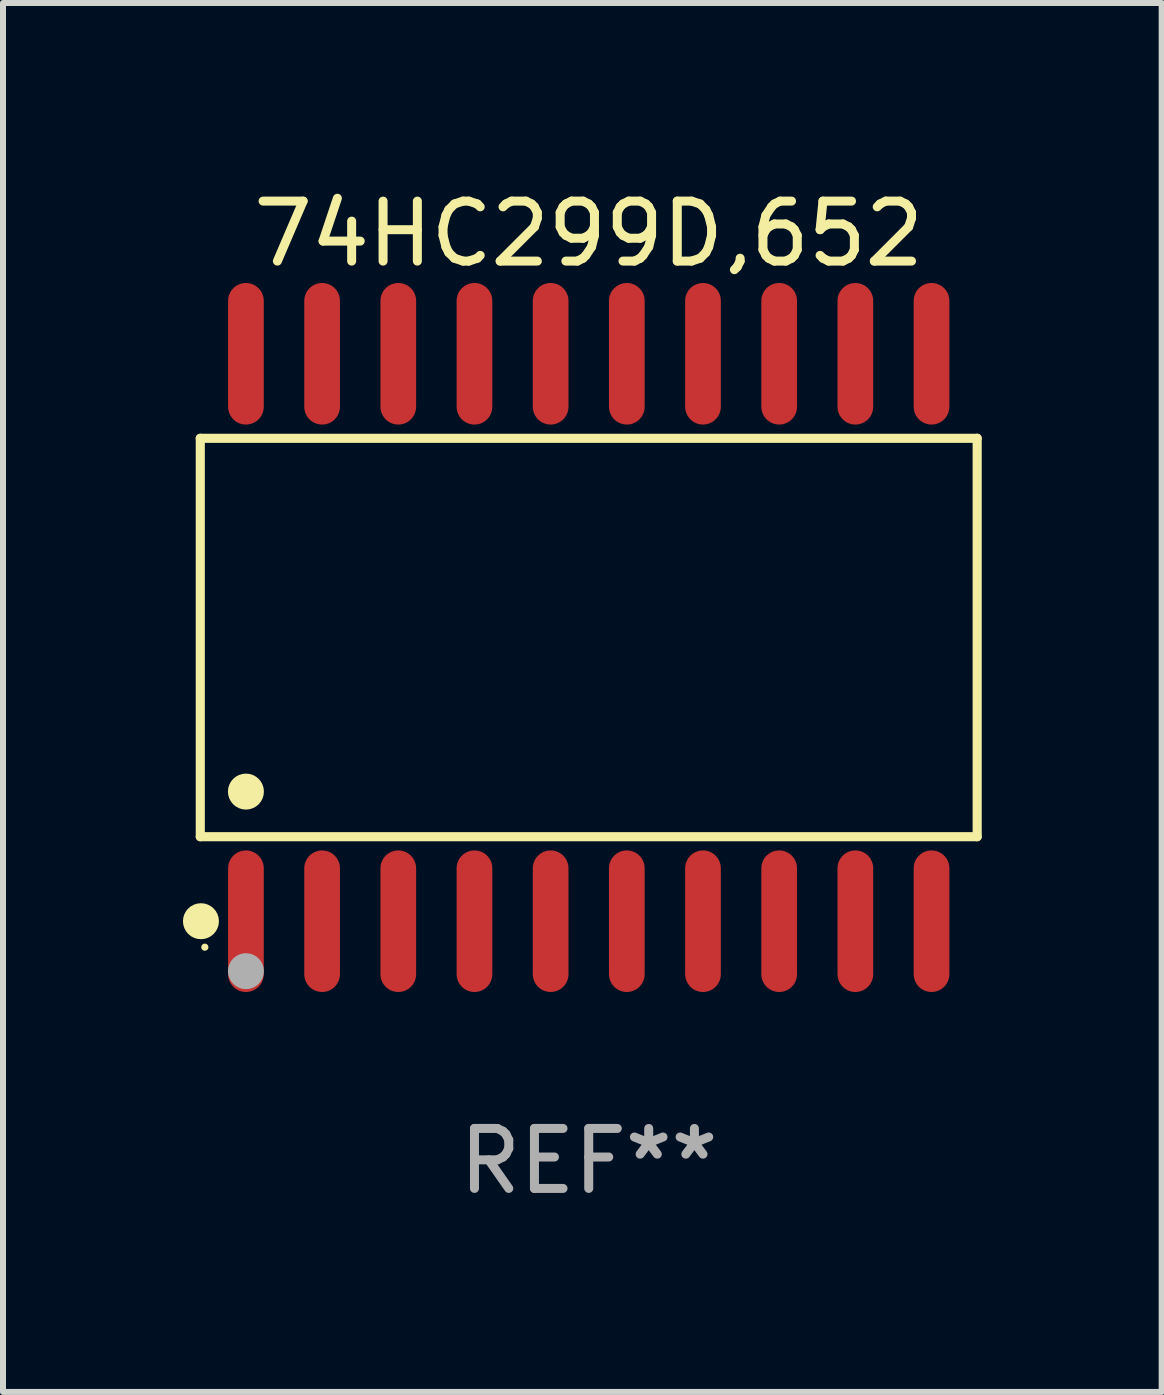
<source format=kicad_pcb>
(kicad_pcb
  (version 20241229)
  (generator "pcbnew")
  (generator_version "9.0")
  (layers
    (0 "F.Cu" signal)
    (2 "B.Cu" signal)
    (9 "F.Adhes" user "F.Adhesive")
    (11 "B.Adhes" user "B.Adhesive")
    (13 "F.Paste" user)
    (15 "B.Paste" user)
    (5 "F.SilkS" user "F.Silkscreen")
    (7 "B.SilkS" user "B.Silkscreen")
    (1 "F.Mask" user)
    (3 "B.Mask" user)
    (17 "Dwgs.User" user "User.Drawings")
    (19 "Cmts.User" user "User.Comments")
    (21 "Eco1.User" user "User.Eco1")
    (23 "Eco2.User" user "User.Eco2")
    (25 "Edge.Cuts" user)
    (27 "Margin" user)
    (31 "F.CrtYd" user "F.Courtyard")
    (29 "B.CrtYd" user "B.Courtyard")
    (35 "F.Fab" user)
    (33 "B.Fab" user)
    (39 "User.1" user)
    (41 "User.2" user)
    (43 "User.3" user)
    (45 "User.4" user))
  (footprint "74HC299D,652"
    (layer "F.Cu")
    (at 6.765 7.578)
    (property "Reference" "74HC299D,652" (at 0 -6.73 0) (layer "F.SilkS") (effects (font (size 1 1) (thickness 0.15))))
    (attr through_hole)
    (fp_line (start -6.476 -3.321) (end 6.476 -3.321) (stroke (width 0.152) (type solid)) (layer "F.SilkS"))
    (fp_line (start -6.476 3.321) (end -6.476 -3.321) (stroke (width 0.152) (type solid)) (layer "F.SilkS"))
    (fp_line (start 6.476 -3.321) (end 6.476 3.321) (stroke (width 0.152) (type solid)) (layer "F.SilkS"))
    (fp_line (start 6.476 3.321) (end -6.476 3.321) (stroke (width 0.152) (type solid)) (layer "F.SilkS"))
    (fp_circle (center -6.465 4.73) (end -6.315 4.73) (stroke (width 0.3) (type solid)) (fill no) (layer "F.SilkS"))
    (fp_circle (center -6.4 5.163) (end -6.37 5.163) (stroke (width 0.06) (type solid)) (fill no) (layer "F.SilkS"))
    (fp_circle (center -5.715 2.569) (end -5.565 2.569) (stroke (width 0.3) (type solid)) (fill no) (layer "F.SilkS"))
    (fp_circle (center -5.715 5.563) (end -5.565 5.563) (stroke (width 0.3) (type solid)) (fill no) (layer "F.Fab"))
    (fp_text user "REF**" (at 0 8.73 0) (layer "F.Fab") (effects (font (size 1 1) (thickness 0.15))))
    (pad "1" smd oval (at -5.715 4.73) (size 0.595 2.36) (layers "F.Cu" "F.Mask" "F.Paste"))
    (pad "2" smd oval (at -4.445 4.73) (size 0.595 2.36) (layers "F.Cu" "F.Mask" "F.Paste"))
    (pad "3" smd oval (at -3.175 4.73) (size 0.595 2.36) (layers "F.Cu" "F.Mask" "F.Paste"))
    (pad "4" smd oval (at -1.905 4.73) (size 0.595 2.36) (layers "F.Cu" "F.Mask" "F.Paste"))
    (pad "5" smd oval (at -0.635 4.73) (size 0.595 2.36) (layers "F.Cu" "F.Mask" "F.Paste"))
    (pad "6" smd oval (at 0.635 4.73) (size 0.595 2.36) (layers "F.Cu" "F.Mask" "F.Paste"))
    (pad "7" smd oval (at 1.905 4.73) (size 0.595 2.36) (layers "F.Cu" "F.Mask" "F.Paste"))
    (pad "8" smd oval (at 3.175 4.73) (size 0.595 2.36) (layers "F.Cu" "F.Mask" "F.Paste"))
    (pad "9" smd oval (at 4.445 4.73) (size 0.595 2.36) (layers "F.Cu" "F.Mask" "F.Paste"))
    (pad "10" smd oval (at 5.715 4.73) (size 0.595 2.36) (layers "F.Cu" "F.Mask" "F.Paste"))
    (pad "11" smd oval (at 5.715 -4.73) (size 0.595 2.36) (layers "F.Cu" "F.Mask" "F.Paste"))
    (pad "12" smd oval (at 4.445 -4.73) (size 0.595 2.36) (layers "F.Cu" "F.Mask" "F.Paste"))
    (pad "13" smd oval (at 3.175 -4.73) (size 0.595 2.36) (layers "F.Cu" "F.Mask" "F.Paste"))
    (pad "14" smd oval (at 1.905 -4.73) (size 0.595 2.36) (layers "F.Cu" "F.Mask" "F.Paste"))
    (pad "15" smd oval (at 0.635 -4.73) (size 0.595 2.36) (layers "F.Cu" "F.Mask" "F.Paste"))
    (pad "16" smd oval (at -0.635 -4.73) (size 0.595 2.36) (layers "F.Cu" "F.Mask" "F.Paste"))
    (pad "17" smd oval (at -1.905 -4.73) (size 0.595 2.36) (layers "F.Cu" "F.Mask" "F.Paste"))
    (pad "18" smd oval (at -3.175 -4.73) (size 0.595 2.36) (layers "F.Cu" "F.Mask" "F.Paste"))
    (pad "19" smd oval (at -4.445 -4.73) (size 0.595 2.36) (layers "F.Cu" "F.Mask" "F.Paste"))
    (pad "20" smd oval (at -5.715 -4.73) (size 0.595 2.36) (layers "F.Cu" "F.Mask" "F.Paste")))
  (gr_rect
    (start -3 -3)
    (end 16.317 20.156)
    (stroke (width 0.1) (type default))
    (fill no)
    (layer "Edge.Cuts")))
</source>
